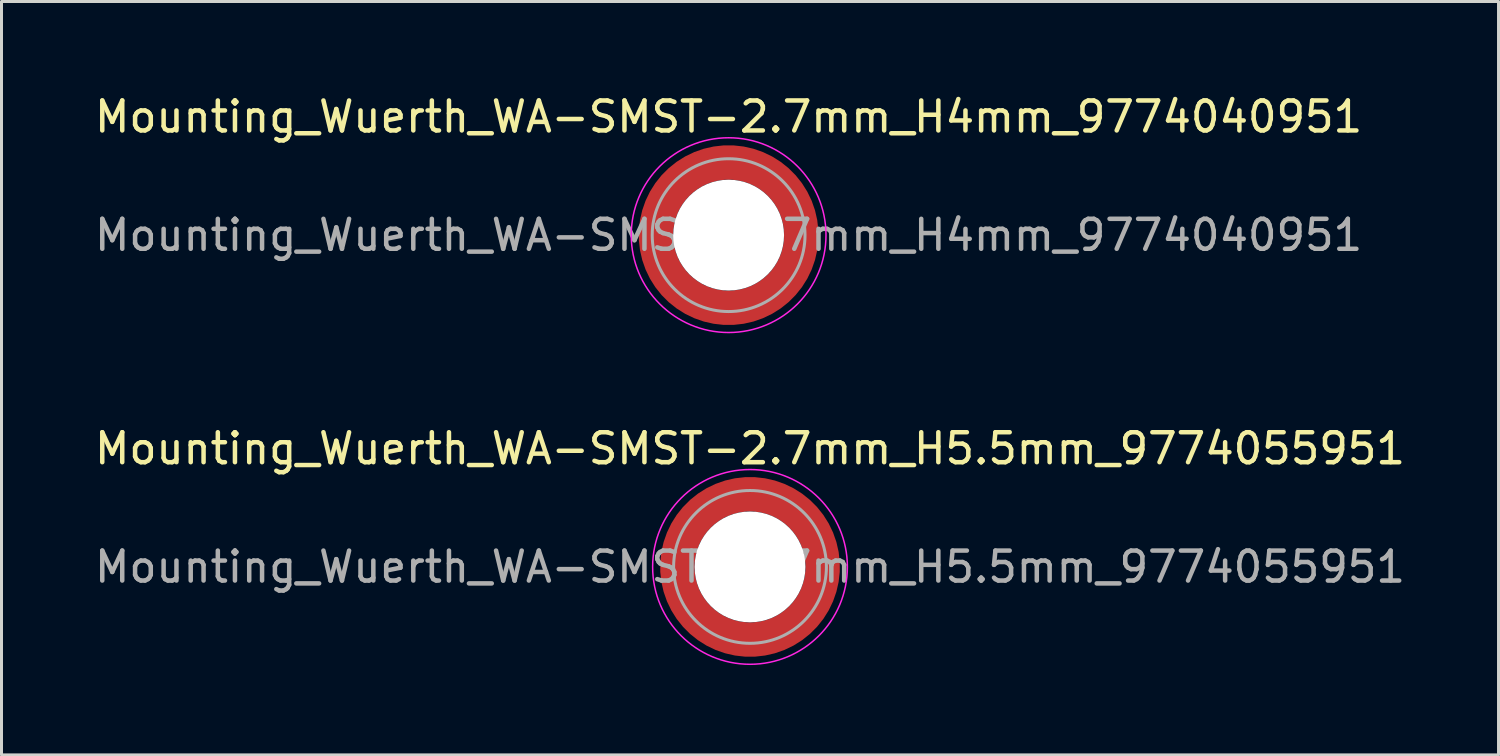
<source format=kicad_pcb>
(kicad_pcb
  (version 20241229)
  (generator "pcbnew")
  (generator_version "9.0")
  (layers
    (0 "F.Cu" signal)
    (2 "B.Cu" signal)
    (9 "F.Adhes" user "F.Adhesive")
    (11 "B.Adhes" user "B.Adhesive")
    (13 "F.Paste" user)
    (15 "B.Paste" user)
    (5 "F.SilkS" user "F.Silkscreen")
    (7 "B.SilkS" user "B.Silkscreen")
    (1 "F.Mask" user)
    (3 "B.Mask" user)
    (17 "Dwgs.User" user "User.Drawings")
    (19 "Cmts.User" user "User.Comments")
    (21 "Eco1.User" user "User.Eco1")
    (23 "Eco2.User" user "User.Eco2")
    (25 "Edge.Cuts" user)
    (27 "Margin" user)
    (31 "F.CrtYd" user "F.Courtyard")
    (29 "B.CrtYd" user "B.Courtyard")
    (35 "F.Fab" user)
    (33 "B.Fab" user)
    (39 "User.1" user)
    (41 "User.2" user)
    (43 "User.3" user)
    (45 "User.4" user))
  (footprint "Mounting_Wuerth_WA-SMST-2.7mm_H5.5mm_9774055951"
    (layer "F.Cu")
    (at 21.982 15.871)
    (property "Reference" "Mounting_Wuerth_WA-SMST-2.7mm_H5.5mm_9774055951" (at 0 -3.95 0) (layer "F.SilkS") (effects (font (size 1 1) (thickness 0.15))))
    (attr smd)
    (fp_circle (center 0 0) (end 3.25 0) (stroke (width 0.05) (type solid)) (fill no) (layer "F.CrtYd"))
    (fp_circle (center 0 0) (end 2.55 0) (stroke (width 0.1) (type solid)) (fill no) (layer "F.Fab"))
    (fp_text user "${REFERENCE}" (at 0 0 0) (layer "F.Fab") (effects (font (size 1 1) (thickness 0.15))))
    (pad "" smd custom (at -1.704 -1.704) (size 0.62 0.62) (layers "F.Paste") (options (anchor circle)) (primitives (gr_arc (start -0.250195 1.279127) (mid 0.289146 0.290681) (end 1.277006 -0.249732) (width 0.2)) (gr_arc (start -0.34334 1.279127) (mid 0.224883 0.226093) (end 1.277452 -0.342992) (width 0.2)) (gr_arc (start -0.436309 1.279127) (mid 0.160537 0.16159) (end 1.277666 -0.436018) (width 0.2)) (gr_arc (start -0.529126 1.279127) (mid 0.095932 0.097343) (end 1.277167 -0.528752) (width 0.2)) (gr_arc (start -0.621807 1.279127) (mid 0.0309 0.033527) (end 1.275473 -0.621136) (width 0.2)) (gr_arc (start -0.71437 1.279127) (mid -0.03322 -0.031206) (end 1.276322 -0.713875) (width 0.2)) (gr_arc (start -0.806826 1.279127) (mid -0.097997 -0.095278) (end 1.275336 -0.806181) (width 0.2)) (gr_arc (start -0.899187 1.279127) (mid -0.161977 -0.16015) (end 1.276577 -0.898769) (width 0.2)) (gr_arc (start -0.991463 1.279127) (mid -0.226842 -0.224133) (end 1.275343 -0.990864) (width 0.2)) (gr_arc (start -1.083663 1.279127) (mid -0.291026 -0.288801) (end 1.276016 -1.083187) (width 0.2)) (gr_line (start 1.279 -0.25) (end 1.279 -1.084) (width 0.2)) (gr_line (start -0.25 1.279) (end -1.084 1.279) (width 0.2))))
    (pad "" smd custom (at -1.704 1.704) (size 0.62 0.62) (layers "F.Paste") (options (anchor circle)) (primitives (gr_arc (start 1.279127 0.250195) (mid 0.290681 -0.289146) (end -0.249732 -1.277006) (width 0.2)) (gr_arc (start 1.279127 0.34334) (mid 0.226093 -0.224883) (end -0.342992 -1.277452) (width 0.2)) (gr_arc (start 1.279127 0.436309) (mid 0.16159 -0.160537) (end -0.436018 -1.277666) (width 0.2)) (gr_arc (start 1.279127 0.529126) (mid 0.097343 -0.095932) (end -0.528752 -1.277167) (width 0.2)) (gr_arc (start 1.279127 0.621807) (mid 0.033527 -0.0309) (end -0.621136 -1.275473) (width 0.2)) (gr_arc (start 1.279127 0.71437) (mid -0.031206 0.03322) (end -0.713875 -1.276322) (width 0.2)) (gr_arc (start 1.279127 0.806826) (mid -0.095278 0.097997) (end -0.806181 -1.275336) (width 0.2)) (gr_arc (start 1.279127 0.899187) (mid -0.16015 0.161977) (end -0.898769 -1.276577) (width 0.2)) (gr_arc (start 1.279127 0.991463) (mid -0.224133 0.226842) (end -0.990864 -1.275343) (width 0.2)) (gr_arc (start 1.279127 1.083663) (mid -0.288801 0.291026) (end -1.083187 -1.276016) (width 0.2)) (gr_line (start -0.25 -1.279) (end -1.084 -1.279) (width 0.2)) (gr_line (start 1.279 0.25) (end 1.279 1.084) (width 0.2))))
    (pad "" np_thru_hole circle (at 0 0) (size 3.7 3.7) (drill 3.7) (layers "*.Cu" "*.Mask"))
    (pad "" smd custom (at 1.704 -1.704) (size 0.62 0.62) (layers "F.Paste") (options (anchor circle)) (primitives (gr_arc (start -1.279127 -0.250195) (mid -0.290681 0.289146) (end 0.249732 1.277006) (width 0.2)) (gr_arc (start -1.279127 -0.34334) (mid -0.226093 0.224883) (end 0.342992 1.277452) (width 0.2)) (gr_arc (start -1.279127 -0.436309) (mid -0.16159 0.160537) (end 0.436018 1.277666) (width 0.2)) (gr_arc (start -1.279127 -0.529126) (mid -0.097343 0.095932) (end 0.528752 1.277167) (width 0.2)) (gr_arc (start -1.279127 -0.621807) (mid -0.033527 0.0309) (end 0.621136 1.275473) (width 0.2)) (gr_arc (start -1.279127 -0.71437) (mid 0.031206 -0.03322) (end 0.713875 1.276322) (width 0.2)) (gr_arc (start -1.279127 -0.806826) (mid 0.095278 -0.097997) (end 0.806181 1.275336) (width 0.2)) (gr_arc (start -1.279127 -0.899187) (mid 0.16015 -0.161977) (end 0.898769 1.276577) (width 0.2)) (gr_arc (start -1.279127 -0.991463) (mid 0.224133 -0.226842) (end 0.990864 1.275343) (width 0.2)) (gr_arc (start -1.279127 -1.083663) (mid 0.288801 -0.291026) (end 1.083187 1.276016) (width 0.2)) (gr_line (start 0.25 1.279) (end 1.084 1.279) (width 0.2)) (gr_line (start -1.279 -0.25) (end -1.279 -1.084) (width 0.2))))
    (pad "" smd custom (at 1.704 1.704) (size 0.62 0.62) (layers "F.Paste") (options (anchor circle)) (primitives (gr_arc (start 0.250195 -1.279127) (mid -0.289146 -0.290681) (end -1.277006 0.249732) (width 0.2)) (gr_arc (start 0.34334 -1.279127) (mid -0.224883 -0.226093) (end -1.277452 0.342992) (width 0.2)) (gr_arc (start 0.436309 -1.279127) (mid -0.160537 -0.16159) (end -1.277666 0.436018) (width 0.2)) (gr_arc (start 0.529126 -1.279127) (mid -0.095932 -0.097343) (end -1.277167 0.528752) (width 0.2)) (gr_arc (start 0.621807 -1.279127) (mid -0.0309 -0.033527) (end -1.275473 0.621136) (width 0.2)) (gr_arc (start 0.71437 -1.279127) (mid 0.03322 0.031206) (end -1.276322 0.713875) (width 0.2)) (gr_arc (start 0.806826 -1.279127) (mid 0.097997 0.095278) (end -1.275336 0.806181) (width 0.2)) (gr_arc (start 0.899187 -1.279127) (mid 0.161977 0.16015) (end -1.276577 0.898769) (width 0.2)) (gr_arc (start 0.991463 -1.279127) (mid 0.226842 0.224133) (end -1.275343 0.990864) (width 0.2)) (gr_arc (start 1.083663 -1.279127) (mid 0.291026 0.288801) (end -1.276016 1.083187) (width 0.2)) (gr_line (start -1.279 0.25) (end -1.279 1.084) (width 0.2)) (gr_line (start 0.25 -1.279) (end 1.084 -1.279) (width 0.2))))
    (pad "1" smd circle (at -2.425 0) (size 0.75 0.75) (layers "F.Cu"))
    (pad "1" smd circle (at 0 -2.425) (size 0.75 0.75) (layers "F.Cu"))
    (pad "1" smd circle (at 0 2.425) (size 0.75 0.75) (layers "F.Cu"))
    (pad "1" smd custom (at 2.425 0) (size 0.75 0.75) (layers "F.Cu" "F.Mask") (options (anchor circle)) (primitives (gr_circle (center -2.425 0) (end 0 0) (width 1.15) (fill no)))))
  (footprint "Mounting_Wuerth_WA-SMST-2.7mm_H4mm_9774040951"
    (layer "F.Cu")
    (at 21.268 4.798)
    (property "Reference" "Mounting_Wuerth_WA-SMST-2.7mm_H4mm_9774040951" (at 0 -3.95 0) (layer "F.SilkS") (effects (font (size 1 1) (thickness 0.15))))
    (attr smd)
    (fp_circle (center 0 0) (end 3.25 0) (stroke (width 0.05) (type solid)) (fill no) (layer "F.CrtYd"))
    (fp_circle (center 0 0) (end 2.55 0) (stroke (width 0.1) (type solid)) (fill no) (layer "F.Fab"))
    (fp_text user "${REFERENCE}" (at 0 0 0) (layer "F.Fab") (effects (font (size 1 1) (thickness 0.15))))
    (pad "" smd custom (at -1.704 -1.704) (size 0.62 0.62) (layers "F.Paste") (options (anchor circle)) (primitives (gr_arc (start -0.250195 1.279127) (mid 0.289146 0.290681) (end 1.277006 -0.249732) (width 0.2)) (gr_arc (start -0.34334 1.279127) (mid 0.224883 0.226093) (end 1.277452 -0.342992) (width 0.2)) (gr_arc (start -0.436309 1.279127) (mid 0.160537 0.16159) (end 1.277666 -0.436018) (width 0.2)) (gr_arc (start -0.529126 1.279127) (mid 0.095932 0.097343) (end 1.277167 -0.528752) (width 0.2)) (gr_arc (start -0.621807 1.279127) (mid 0.0309 0.033527) (end 1.275473 -0.621136) (width 0.2)) (gr_arc (start -0.71437 1.279127) (mid -0.03322 -0.031206) (end 1.276322 -0.713875) (width 0.2)) (gr_arc (start -0.806826 1.279127) (mid -0.097997 -0.095278) (end 1.275336 -0.806181) (width 0.2)) (gr_arc (start -0.899187 1.279127) (mid -0.161977 -0.16015) (end 1.276577 -0.898769) (width 0.2)) (gr_arc (start -0.991463 1.279127) (mid -0.226842 -0.224133) (end 1.275343 -0.990864) (width 0.2)) (gr_arc (start -1.083663 1.279127) (mid -0.291026 -0.288801) (end 1.276016 -1.083187) (width 0.2)) (gr_line (start 1.279 -0.25) (end 1.279 -1.084) (width 0.2)) (gr_line (start -0.25 1.279) (end -1.084 1.279) (width 0.2))))
    (pad "" smd custom (at -1.704 1.704) (size 0.62 0.62) (layers "F.Paste") (options (anchor circle)) (primitives (gr_arc (start 1.279127 0.250195) (mid 0.290681 -0.289146) (end -0.249732 -1.277006) (width 0.2)) (gr_arc (start 1.279127 0.34334) (mid 0.226093 -0.224883) (end -0.342992 -1.277452) (width 0.2)) (gr_arc (start 1.279127 0.436309) (mid 0.16159 -0.160537) (end -0.436018 -1.277666) (width 0.2)) (gr_arc (start 1.279127 0.529126) (mid 0.097343 -0.095932) (end -0.528752 -1.277167) (width 0.2)) (gr_arc (start 1.279127 0.621807) (mid 0.033527 -0.0309) (end -0.621136 -1.275473) (width 0.2)) (gr_arc (start 1.279127 0.71437) (mid -0.031206 0.03322) (end -0.713875 -1.276322) (width 0.2)) (gr_arc (start 1.279127 0.806826) (mid -0.095278 0.097997) (end -0.806181 -1.275336) (width 0.2)) (gr_arc (start 1.279127 0.899187) (mid -0.16015 0.161977) (end -0.898769 -1.276577) (width 0.2)) (gr_arc (start 1.279127 0.991463) (mid -0.224133 0.226842) (end -0.990864 -1.275343) (width 0.2)) (gr_arc (start 1.279127 1.083663) (mid -0.288801 0.291026) (end -1.083187 -1.276016) (width 0.2)) (gr_line (start -0.25 -1.279) (end -1.084 -1.279) (width 0.2)) (gr_line (start 1.279 0.25) (end 1.279 1.084) (width 0.2))))
    (pad "" np_thru_hole circle (at 0 0) (size 3.7 3.7) (drill 3.7) (layers "*.Cu" "*.Mask"))
    (pad "" smd custom (at 1.704 -1.704) (size 0.62 0.62) (layers "F.Paste") (options (anchor circle)) (primitives (gr_arc (start -1.279127 -0.250195) (mid -0.290681 0.289146) (end 0.249732 1.277006) (width 0.2)) (gr_arc (start -1.279127 -0.34334) (mid -0.226093 0.224883) (end 0.342992 1.277452) (width 0.2)) (gr_arc (start -1.279127 -0.436309) (mid -0.16159 0.160537) (end 0.436018 1.277666) (width 0.2)) (gr_arc (start -1.279127 -0.529126) (mid -0.097343 0.095932) (end 0.528752 1.277167) (width 0.2)) (gr_arc (start -1.279127 -0.621807) (mid -0.033527 0.0309) (end 0.621136 1.275473) (width 0.2)) (gr_arc (start -1.279127 -0.71437) (mid 0.031206 -0.03322) (end 0.713875 1.276322) (width 0.2)) (gr_arc (start -1.279127 -0.806826) (mid 0.095278 -0.097997) (end 0.806181 1.275336) (width 0.2)) (gr_arc (start -1.279127 -0.899187) (mid 0.16015 -0.161977) (end 0.898769 1.276577) (width 0.2)) (gr_arc (start -1.279127 -0.991463) (mid 0.224133 -0.226842) (end 0.990864 1.275343) (width 0.2)) (gr_arc (start -1.279127 -1.083663) (mid 0.288801 -0.291026) (end 1.083187 1.276016) (width 0.2)) (gr_line (start 0.25 1.279) (end 1.084 1.279) (width 0.2)) (gr_line (start -1.279 -0.25) (end -1.279 -1.084) (width 0.2))))
    (pad "" smd custom (at 1.704 1.704) (size 0.62 0.62) (layers "F.Paste") (options (anchor circle)) (primitives (gr_arc (start 0.250195 -1.279127) (mid -0.289146 -0.290681) (end -1.277006 0.249732) (width 0.2)) (gr_arc (start 0.34334 -1.279127) (mid -0.224883 -0.226093) (end -1.277452 0.342992) (width 0.2)) (gr_arc (start 0.436309 -1.279127) (mid -0.160537 -0.16159) (end -1.277666 0.436018) (width 0.2)) (gr_arc (start 0.529126 -1.279127) (mid -0.095932 -0.097343) (end -1.277167 0.528752) (width 0.2)) (gr_arc (start 0.621807 -1.279127) (mid -0.0309 -0.033527) (end -1.275473 0.621136) (width 0.2)) (gr_arc (start 0.71437 -1.279127) (mid 0.03322 0.031206) (end -1.276322 0.713875) (width 0.2)) (gr_arc (start 0.806826 -1.279127) (mid 0.097997 0.095278) (end -1.275336 0.806181) (width 0.2)) (gr_arc (start 0.899187 -1.279127) (mid 0.161977 0.16015) (end -1.276577 0.898769) (width 0.2)) (gr_arc (start 0.991463 -1.279127) (mid 0.226842 0.224133) (end -1.275343 0.990864) (width 0.2)) (gr_arc (start 1.083663 -1.279127) (mid 0.291026 0.288801) (end -1.276016 1.083187) (width 0.2)) (gr_line (start -1.279 0.25) (end -1.279 1.084) (width 0.2)) (gr_line (start 0.25 -1.279) (end 1.084 -1.279) (width 0.2))))
    (pad "1" smd circle (at -2.425 0) (size 0.75 0.75) (layers "F.Cu"))
    (pad "1" smd circle (at 0 -2.425) (size 0.75 0.75) (layers "F.Cu"))
    (pad "1" smd circle (at 0 2.425) (size 0.75 0.75) (layers "F.Cu"))
    (pad "1" smd custom (at 2.425 0) (size 0.75 0.75) (layers "F.Cu" "F.Mask") (options (anchor circle)) (primitives (gr_circle (center -2.425 0) (end 0 0) (width 1.15) (fill no)))))
  (gr_rect
    (start -3 -3)
    (end 46.964 22.146)
    (stroke (width 0.1) (type default))
    (fill no)
    (layer "Edge.Cuts")))
</source>
